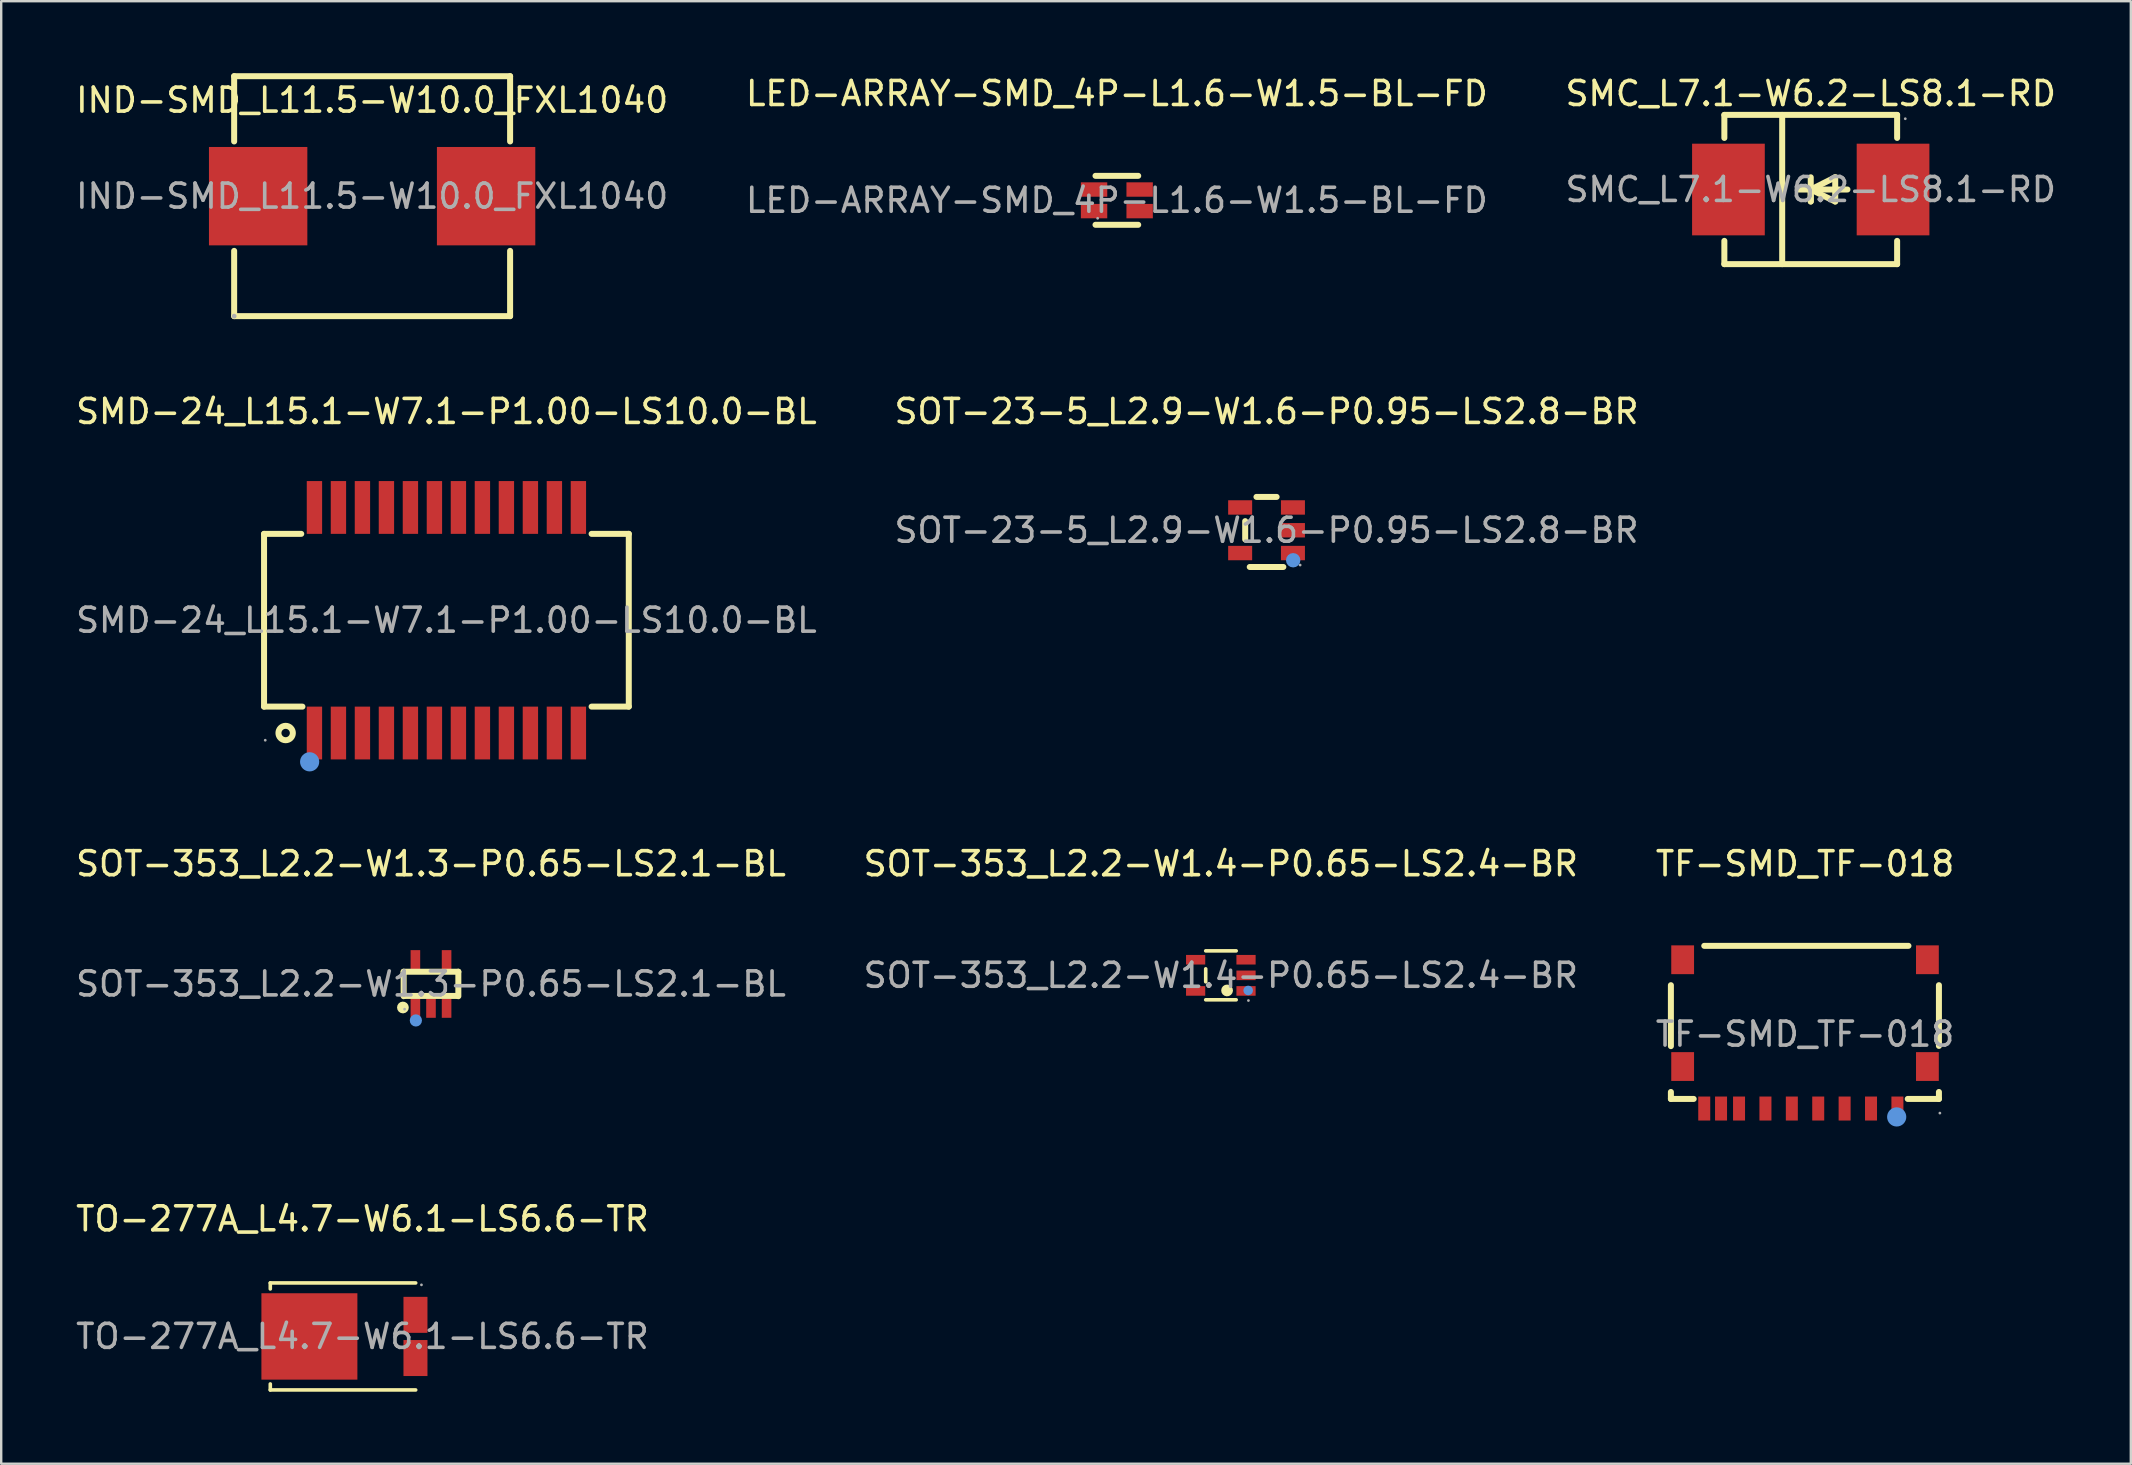
<source format=kicad_pcb>
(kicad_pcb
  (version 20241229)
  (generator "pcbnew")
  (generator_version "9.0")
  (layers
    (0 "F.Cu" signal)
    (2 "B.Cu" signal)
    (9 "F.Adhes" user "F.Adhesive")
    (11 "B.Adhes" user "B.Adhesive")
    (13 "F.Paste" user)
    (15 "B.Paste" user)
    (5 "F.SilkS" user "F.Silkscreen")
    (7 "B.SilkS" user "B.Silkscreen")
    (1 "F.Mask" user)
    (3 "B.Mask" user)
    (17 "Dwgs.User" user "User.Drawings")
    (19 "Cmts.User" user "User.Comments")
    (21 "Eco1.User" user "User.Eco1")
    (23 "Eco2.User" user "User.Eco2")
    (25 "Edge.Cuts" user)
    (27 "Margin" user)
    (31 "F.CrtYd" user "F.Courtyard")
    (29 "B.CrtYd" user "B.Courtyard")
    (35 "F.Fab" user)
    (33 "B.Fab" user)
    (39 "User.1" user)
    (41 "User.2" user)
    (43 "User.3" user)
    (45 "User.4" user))
  (footprint "IND-SMD_L11.5-W10.0_FXL1040"
    (layer "F.Cu")
    (at 12.458 5.125)
    (property "Reference" "IND-SMD_L11.5-W10.0_FXL1040" (at 0 -4 0) (layer "F.SilkS") (effects (font (size 1 1) (thickness 0.15))))
    (attr smd)
    (fp_line (start -5.75 -5) (end -5.75 -2.28) (stroke (width 0.25) (type solid)) (layer "F.SilkS"))
    (fp_line (start -5.75 -5) (end 5.75 -5) (stroke (width 0.25) (type solid)) (layer "F.SilkS"))
    (fp_line (start -5.75 2.28) (end -5.75 5) (stroke (width 0.25) (type solid)) (layer "F.SilkS"))
    (fp_line (start 5.75 -2.28) (end 5.75 -5) (stroke (width 0.25) (type solid)) (layer "F.SilkS"))
    (fp_line (start 5.75 5) (end -5.75 5) (stroke (width 0.25) (type solid)) (layer "F.SilkS"))
    (fp_line (start 5.75 5) (end 5.75 2.28) (stroke (width 0.25) (type solid)) (layer "F.SilkS"))
    (fp_circle (center -5.75 5) (end -5.7 5) (stroke (width 0.1) (type solid)) (fill no) (layer "F.Fab"))
    (fp_text user "${REFERENCE}" (at 0 0 0) (layer "F.Fab") (effects (font (size 1 1) (thickness 0.15))))
    (pad "1" smd rect (at -4.75 0) (size 4.1 4.1) (layers "F.Cu" "F.Mask" "F.Paste"))
    (pad "2" smd rect (at 4.75 0) (size 4.1 4.1) (layers "F.Cu" "F.Mask" "F.Paste")))
  (footprint "LED-ARRAY-SMD_4P-L1.6-W1.5-BL-FD"
    (layer "F.Cu")
    (at 43.494 5.298)
    (property "Reference" "LED-ARRAY-SMD_4P-L1.6-W1.5-BL-FD" (at 0 -4.45 0) (layer "F.SilkS") (effects (font (size 1 1) (thickness 0.15))))
    (attr smd)
    (fp_line (start -0.89 -1.02) (end 0.89 -1.02) (stroke (width 0.25) (type solid)) (layer "F.SilkS"))
    (fp_line (start -0.89 1.02) (end 0.89 1.02) (stroke (width 0.25) (type solid)) (layer "F.SilkS"))
    (fp_circle (center -0.8 0.75) (end -0.77 0.75) (stroke (width 0.06) (type solid)) (fill no) (layer "F.Fab"))
    (fp_text user "${REFERENCE}" (at 0 0 0) (layer "F.Fab") (effects (font (size 1 1) (thickness 0.15))))
    (pad "1" smd rect (at -0.95 0.45 270) (size 0.6 1.1) (layers "F.Cu" "F.Mask" "F.Paste"))
    (pad "2" smd rect (at 0.95 0.45 270) (size 0.6 1.1) (layers "F.Cu" "F.Mask" "F.Paste"))
    (pad "3" smd rect (at 0.95 -0.45 270) (size 0.6 1.1) (layers "F.Cu" "F.Mask" "F.Paste"))
    (pad "4" smd rect (at -0.95 -0.45 270) (size 0.6 1.1) (layers "F.Cu" "F.Mask" "F.Paste")))
  (footprint "TF-SMD_TF-018"
    (layer "F.Cu")
    (at 72.173 40.047)
    (property "Reference" "TF-SMD_TF-018" (at 0 -7.1 0) (layer "F.SilkS") (effects (font (size 1 1) (thickness 0.15))))
    (attr smd)
    (fp_line (start -5.59 -2.04) (end -5.59 0.5) (stroke (width 0.25) (type solid)) (layer "F.SilkS"))
    (fp_line (start -5.59 2.41) (end -5.59 2.7) (stroke (width 0.25) (type solid)) (layer "F.SilkS"))
    (fp_line (start -5.59 2.7) (end -4.64 2.7) (stroke (width 0.25) (type solid)) (layer "F.SilkS"))
    (fp_line (start -4.2 -3.68) (end 4.31 -3.68) (stroke (width 0.25) (type solid)) (layer "F.SilkS"))
    (fp_line (start 4.28 2.7) (end 5.58 2.7) (stroke (width 0.25) (type solid)) (layer "F.SilkS"))
    (fp_line (start 5.58 0.49) (end 5.58 -2.04) (stroke (width 0.25) (type solid)) (layer "F.SilkS"))
    (fp_line (start 5.58 2.7) (end 5.58 2.41) (stroke (width 0.25) (type solid)) (layer "F.SilkS"))
    (fp_circle (center 3.82 3.45) (end 4.02 3.45) (stroke (width 0.4) (type solid)) (fill no) (layer "Cmts.User"))
    (fp_circle (center 5.62 3.29) (end 5.65 3.29) (stroke (width 0.06) (type solid)) (fill no) (layer "F.Fab"))
    (fp_text user "${REFERENCE}" (at 0 0 0) (layer "F.Fab") (effects (font (size 1 1) (thickness 0.15))))
    (pad "1" smd rect (at 3.85 3.1) (size 0.5 1) (layers "F.Cu" "F.Mask" "F.Paste"))
    (pad "2" smd rect (at 2.75 3.1) (size 0.5 1) (layers "F.Cu" "F.Mask" "F.Paste"))
    (pad "3" smd rect (at 1.65 3.1) (size 0.5 1) (layers "F.Cu" "F.Mask" "F.Paste"))
    (pad "4" smd rect (at 0.55 3.1) (size 0.5 1) (layers "F.Cu" "F.Mask" "F.Paste"))
    (pad "5" smd rect (at -0.55 3.1) (size 0.5 1) (layers "F.Cu" "F.Mask" "F.Paste"))
    (pad "6" smd rect (at -1.65 3.1) (size 0.5 1) (layers "F.Cu" "F.Mask" "F.Paste"))
    (pad "7" smd rect (at -2.75 3.1) (size 0.5 1) (layers "F.Cu" "F.Mask" "F.Paste"))
    (pad "8" smd rect (at -3.5 3.1) (size 0.5 1) (layers "F.Cu" "F.Mask" "F.Paste"))
    (pad "9" smd rect (at -4.2 3.1) (size 0.5 1) (layers "F.Cu" "F.Mask" "F.Paste"))
    (pad "10" smd rect (at -5.1 -3.1) (size 0.95 1.2) (layers "F.Cu" "F.Mask" "F.Paste"))
    (pad "10" smd rect (at -5.1 1.35) (size 0.95 1.2) (layers "F.Cu" "F.Mask" "F.Paste"))
    (pad "10" smd rect (at 5.1 -3.1) (size 0.95 1.2) (layers "F.Cu" "F.Mask" "F.Paste"))
    (pad "10" smd rect (at 5.1 1.35) (size 0.95 1.2) (layers "F.Cu" "F.Mask" "F.Paste")))
  (footprint "SMD-24_L15.1-W7.1-P1.00-LS10.0-BL"
    (layer "F.Cu")
    (at 15.554 22.798)
    (property "Reference" "SMD-24_L15.1-W7.1-P1.00-LS10.0-BL" (at 0 -8.7 0) (layer "F.SilkS") (effects (font (size 1 1) (thickness 0.15))))
    (attr smd)
    (fp_line (start -7.6 3.6) (end -7.6 -3.6) (stroke (width 0.25) (type solid)) (layer "F.SilkS"))
    (fp_line (start -6.05 -3.6) (end -7.6 -3.6) (stroke (width 0.25) (type solid)) (layer "F.SilkS"))
    (fp_line (start -6 3.6) (end -7.6 3.6) (stroke (width 0.25) (type solid)) (layer "F.SilkS"))
    (fp_line (start 7.6 -3.6) (end 6.05 -3.6) (stroke (width 0.25) (type solid)) (layer "F.SilkS"))
    (fp_line (start 7.6 -3.6) (end 7.6 3.6) (stroke (width 0.25) (type solid)) (layer "F.SilkS"))
    (fp_line (start 7.6 3.6) (end 6.05 3.6) (stroke (width 0.25) (type solid)) (layer "F.SilkS"))
    (fp_circle (center -6.7 4.7) (end -6.4 4.7) (stroke (width 0.25) (type solid)) (fill no) (layer "F.SilkS"))
    (fp_circle (center -5.7 5.9) (end -5.5 5.9) (stroke (width 0.4) (type solid)) (fill no) (layer "Cmts.User"))
    (fp_circle (center -7.55 5) (end -7.52 5) (stroke (width 0.06) (type solid)) (fill no) (layer "F.Fab"))
    (fp_text user "${REFERENCE}" (at 0 0 0) (layer "F.Fab") (effects (font (size 1 1) (thickness 0.15))))
    (pad "1" smd rect (at -5.5 4.7) (size 0.64 2.2) (layers "F.Cu" "F.Mask" "F.Paste"))
    (pad "2" smd rect (at -4.5 4.7) (size 0.64 2.2) (layers "F.Cu" "F.Mask" "F.Paste"))
    (pad "3" smd rect (at -3.5 4.7) (size 0.64 2.2) (layers "F.Cu" "F.Mask" "F.Paste"))
    (pad "4" smd rect (at -2.5 4.7) (size 0.64 2.2) (layers "F.Cu" "F.Mask" "F.Paste"))
    (pad "5" smd rect (at -1.5 4.7) (size 0.64 2.2) (layers "F.Cu" "F.Mask" "F.Paste"))
    (pad "6" smd rect (at -0.5 4.7) (size 0.64 2.2) (layers "F.Cu" "F.Mask" "F.Paste"))
    (pad "7" smd rect (at 0.5 4.7) (size 0.64 2.2) (layers "F.Cu" "F.Mask" "F.Paste"))
    (pad "8" smd rect (at 1.5 4.7) (size 0.64 2.2) (layers "F.Cu" "F.Mask" "F.Paste"))
    (pad "9" smd rect (at 2.5 4.7) (size 0.64 2.2) (layers "F.Cu" "F.Mask" "F.Paste"))
    (pad "10" smd rect (at 3.5 4.7) (size 0.64 2.2) (layers "F.Cu" "F.Mask" "F.Paste"))
    (pad "11" smd rect (at 4.5 4.7) (size 0.64 2.2) (layers "F.Cu" "F.Mask" "F.Paste"))
    (pad "12" smd rect (at 5.5 4.7) (size 0.64 2.2) (layers "F.Cu" "F.Mask" "F.Paste"))
    (pad "13" smd rect (at 5.5 -4.7) (size 0.64 2.2) (layers "F.Cu" "F.Mask" "F.Paste"))
    (pad "14" smd rect (at 4.5 -4.7) (size 0.64 2.2) (layers "F.Cu" "F.Mask" "F.Paste"))
    (pad "15" smd rect (at 3.5 -4.7) (size 0.64 2.2) (layers "F.Cu" "F.Mask" "F.Paste"))
    (pad "16" smd rect (at 2.5 -4.7) (size 0.64 2.2) (layers "F.Cu" "F.Mask" "F.Paste"))
    (pad "17" smd rect (at 1.5 -4.7) (size 0.64 2.2) (layers "F.Cu" "F.Mask" "F.Paste"))
    (pad "18" smd rect (at 0.5 -4.7) (size 0.64 2.2) (layers "F.Cu" "F.Mask" "F.Paste"))
    (pad "19" smd rect (at -0.5 -4.7) (size 0.64 2.2) (layers "F.Cu" "F.Mask" "F.Paste"))
    (pad "20" smd rect (at -1.5 -4.7) (size 0.64 2.2) (layers "F.Cu" "F.Mask" "F.Paste"))
    (pad "21" smd rect (at -2.5 -4.7) (size 0.64 2.2) (layers "F.Cu" "F.Mask" "F.Paste"))
    (pad "22" smd rect (at -3.5 -4.7) (size 0.64 2.2) (layers "F.Cu" "F.Mask" "F.Paste"))
    (pad "23" smd rect (at -4.5 -4.7) (size 0.64 2.2) (layers "F.Cu" "F.Mask" "F.Paste"))
    (pad "24" smd rect (at -5.5 -4.7) (size 0.64 2.2) (layers "F.Cu" "F.Mask" "F.Paste")))
  (footprint "SOT-23-5_L2.9-W1.6-P0.95-LS2.8-BR"
    (layer "F.Cu")
    (at 49.732 19.048)
    (property "Reference" "SOT-23-5_L2.9-W1.6-P0.95-LS2.8-BR" (at 0 -4.95 0) (layer "F.SilkS") (effects (font (size 1 1) (thickness 0.15))))
    (attr through_hole)
    (fp_line (start -0.89 0.38) (end -0.89 -0.38) (stroke (width 0.25) (type solid)) (layer "F.SilkS"))
    (fp_line (start -0.7 1.53) (end 0.7 1.53) (stroke (width 0.25) (type solid)) (layer "F.SilkS"))
    (fp_line (start -0.42 -1.39) (end 0.42 -1.39) (stroke (width 0.25) (type solid)) (layer "F.SilkS"))
    (fp_circle (center 1.11 1.25) (end 1.26 1.25) (stroke (width 0.3) (type solid)) (fill no) (layer "Cmts.User"))
    (fp_circle (center 1.4 1.45) (end 1.43 1.45) (stroke (width 0.06) (type solid)) (fill no) (layer "F.Fab"))
    (fp_text user "${REFERENCE}" (at 0 0 0) (layer "F.Fab") (effects (font (size 1 1) (thickness 0.15))))
    (pad "1" smd rect (at 1.1 0.95 90) (size 0.6 1) (layers "F.Cu" "F.Mask" "F.Paste"))
    (pad "2" smd rect (at 1.1 0 90) (size 0.6 1) (layers "F.Cu" "F.Mask" "F.Paste"))
    (pad "3" smd rect (at 1.1 -0.95 90) (size 0.6 1) (layers "F.Cu" "F.Mask" "F.Paste"))
    (pad "4" smd rect (at -1.1 -0.95 90) (size 0.6 1) (layers "F.Cu" "F.Mask" "F.Paste"))
    (pad "5" smd rect (at -1.1 0.95 90) (size 0.6 1) (layers "F.Cu" "F.Mask" "F.Paste")))
  (footprint "TO-277A_L4.7-W6.1-LS6.6-TR"
    (layer "F.Cu")
    (at 12.054 52.645)
    (property "Reference" "TO-277A_L4.7-W6.1-LS6.6-TR" (at 0 -4.9 0) (layer "F.SilkS") (effects (font (size 1 1) (thickness 0.15))))
    (attr smd)
    (fp_line (start -3.84 -2.23) (end -3.84 -1.98) (stroke (width 0.15) (type solid)) (layer "F.SilkS"))
    (fp_line (start -3.84 1.98) (end -3.84 2.23) (stroke (width 0.15) (type solid)) (layer "F.SilkS"))
    (fp_line (start 2.22 -2.23) (end -3.84 -2.23) (stroke (width 0.15) (type solid)) (layer "F.SilkS"))
    (fp_line (start 2.22 2.23) (end -3.84 2.23) (stroke (width 0.15) (type solid)) (layer "F.SilkS"))
    (fp_circle (center 2.46 -2.15) (end 2.49 -2.15) (stroke (width 0.06) (type solid)) (fill no) (layer "F.Fab"))
    (fp_text user "${REFERENCE}" (at 0 0 0) (layer "F.Fab") (effects (font (size 1 1) (thickness 0.15))))
    (pad "1" smd rect (at 2.21 -0.9) (size 1 1.5) (layers "F.Cu" "F.Mask" "F.Paste"))
    (pad "2" smd rect (at 2.21 0.9) (size 1 1.5) (layers "F.Cu" "F.Mask" "F.Paste"))
    (pad "3" smd rect (at -2.21 0) (size 4 3.6) (layers "F.Cu" "F.Mask" "F.Paste")))
  (footprint "SOT-353_L2.2-W1.4-P0.65-LS2.4-BR"
    (layer "F.Cu")
    (at 47.827 37.596)
    (property "Reference" "SOT-353_L2.2-W1.4-P0.65-LS2.4-BR" (at 0 -4.65 0) (layer "F.SilkS") (effects (font (size 1 1) (thickness 0.15))))
    (attr through_hole)
    (fp_line (start -0.63 -1.02) (end 0.64 -1.02) (stroke (width 0.15) (type solid)) (layer "F.SilkS"))
    (fp_line (start -0.63 0.27) (end -0.63 -0.27) (stroke (width 0.15) (type solid)) (layer "F.SilkS"))
    (fp_line (start 0.64 1.02) (end -0.63 1.02) (stroke (width 0.15) (type solid)) (layer "F.SilkS"))
    (fp_arc (start 0.38 0.64) (mid 0.139687 0.625013) (end 0.380416 0.629966) (stroke (width 0.25) (type solid)) (layer "F.SilkS"))
    (fp_circle (center 1.14 0.63) (end 1.24 0.63) (stroke (width 0.2) (type solid)) (fill no) (layer "Cmts.User"))
    (fp_circle (center 1.15 1.05) (end 1.18 1.05) (stroke (width 0.06) (type solid)) (fill no) (layer "F.Fab"))
    (fp_text user "${REFERENCE}" (at 0 0 0) (layer "F.Fab") (effects (font (size 1 1) (thickness 0.15))))
    (pad "1" smd rect (at 1.05 0.65 270) (size 0.4 0.8) (layers "F.Cu" "F.Mask" "F.Paste"))
    (pad "2" smd rect (at 1.05 0 270) (size 0.4 0.8) (layers "F.Cu" "F.Mask" "F.Paste"))
    (pad "3" smd rect (at 1.05 -0.65 270) (size 0.4 0.8) (layers "F.Cu" "F.Mask" "F.Paste"))
    (pad "4" smd rect (at -1.05 -0.65 270) (size 0.4 0.8) (layers "F.Cu" "F.Mask" "F.Paste"))
    (pad "5" smd rect (at -1.05 0.65 270) (size 0.4 0.8) (layers "F.Cu" "F.Mask" "F.Paste")))
  (footprint "SOT-353_L2.2-W1.3-P0.65-LS2.1-BL"
    (layer "F.Cu")
    (at 14.911 37.956)
    (property "Reference" "SOT-353_L2.2-W1.3-P0.65-LS2.1-BL" (at 0 -5.01 0) (layer "F.SilkS") (effects (font (size 1 1) (thickness 0.15))))
    (attr smd)
    (fp_line (start -1.14 -0.51) (end -1.14 0.51) (stroke (width 0.25) (type solid)) (layer "F.SilkS"))
    (fp_line (start -1.1 0.5) (end 1.1 0.5) (stroke (width 0.25) (type solid)) (layer "F.SilkS"))
    (fp_line (start 1.14 -0.51) (end -1.14 -0.51) (stroke (width 0.25) (type solid)) (layer "F.SilkS"))
    (fp_line (start 1.14 0.51) (end 1.14 -0.51) (stroke (width 0.25) (type solid)) (layer "F.SilkS"))
    (fp_arc (start -1.17 1.1) (mid -1.175004 0.860104) (end -1.16 1.099583) (stroke (width 0.25) (type solid)) (layer "F.SilkS"))
    (fp_circle (center -0.63 1.52) (end -0.5 1.52) (stroke (width 0.25) (type solid)) (fill no) (layer "Cmts.User"))
    (fp_circle (center -1.1 1.05) (end -1.07 1.05) (stroke (width 0.06) (type solid)) (fill no) (layer "F.Fab"))
    (fp_text user "${REFERENCE}" (at 0 0 0) (layer "F.Fab") (effects (font (size 1 1) (thickness 0.15))))
    (pad "1" smd rect (at -0.65 1.01 180) (size 0.4 0.8) (layers "F.Cu" "F.Mask" "F.Paste"))
    (pad "2" smd rect (at 0 1.01 180) (size 0.4 0.8) (layers "F.Cu" "F.Mask" "F.Paste"))
    (pad "3" smd rect (at 0.65 1.01 180) (size 0.4 0.8) (layers "F.Cu" "F.Mask" "F.Paste"))
    (pad "4" smd rect (at 0.65 -1.01 180) (size 0.4 0.8) (layers "F.Cu" "F.Mask" "F.Paste"))
    (pad "5" smd rect (at -0.65 -1.01 180) (size 0.4 0.8) (layers "F.Cu" "F.Mask" "F.Paste")))
  (footprint "SMC_L7.1-W6.2-LS8.1-RD"
    (layer "F.Cu")
    (at 72.411 4.848)
    (property "Reference" "SMC_L7.1-W6.2-LS8.1-RD" (at 0 -4 0) (layer "F.SilkS") (effects (font (size 1 1) (thickness 0.15))))
    (attr smd)
    (fp_line (start -3.6 -3.11) (end -3.6 -2.15) (stroke (width 0.25) (type solid)) (layer "F.SilkS"))
    (fp_line (start -3.6 -3.11) (end 3.6 -3.11) (stroke (width 0.25) (type solid)) (layer "F.SilkS"))
    (fp_line (start -3.6 2.14) (end -3.6 3.11) (stroke (width 0.25) (type solid)) (layer "F.SilkS"))
    (fp_line (start -3.6 3.11) (end 3.6 3.11) (stroke (width 0.25) (type solid)) (layer "F.SilkS"))
    (fp_line (start -1.19 -3.11) (end -1.19 3.11) (stroke (width 0.25) (type solid)) (layer "F.SilkS"))
    (fp_line (start 0 0) (end 0 0.5) (stroke (width 0.25) (type solid)) (layer "F.SilkS"))
    (fp_line (start 0 0) (end 1.02 0.5) (stroke (width 0.25) (type solid)) (layer "F.SilkS"))
    (fp_line (start 0 0.5) (end 0 -0.51) (stroke (width 0.25) (type solid)) (layer "F.SilkS"))
    (fp_line (start 1.02 -0.51) (end 0 0) (stroke (width 0.25) (type solid)) (layer "F.SilkS"))
    (fp_line (start 1.02 0.5) (end 1.02 -0.51) (stroke (width 0.25) (type solid)) (layer "F.SilkS"))
    (fp_line (start 1.53 0) (end -0.51 0) (stroke (width 0.25) (type solid)) (layer "F.SilkS"))
    (fp_line (start 3.6 -3.11) (end 3.6 -2.15) (stroke (width 0.25) (type solid)) (layer "F.SilkS"))
    (fp_line (start 3.6 2.14) (end 3.6 3.11) (stroke (width 0.25) (type solid)) (layer "F.SilkS"))
    (fp_circle (center 3.94 -2.95) (end 3.97 -2.95) (stroke (width 0.06) (type solid)) (fill no) (layer "F.Fab"))
    (fp_text user "${REFERENCE}" (at 0 0 0) (layer "F.Fab") (effects (font (size 1 1) (thickness 0.15))))
    (pad "1" smd rect (at -3.43 0 180) (size 3.03 3.82) (layers "F.Cu" "F.Mask" "F.Paste"))
    (pad "2" smd rect (at 3.43 0 180) (size 3.03 3.82) (layers "F.Cu" "F.Mask" "F.Paste")))
  (gr_rect
    (start -3 -3)
    (end 85.75 57.95)
    (stroke (width 0.1) (type default))
    (fill no)
    (layer "Edge.Cuts")))
</source>
